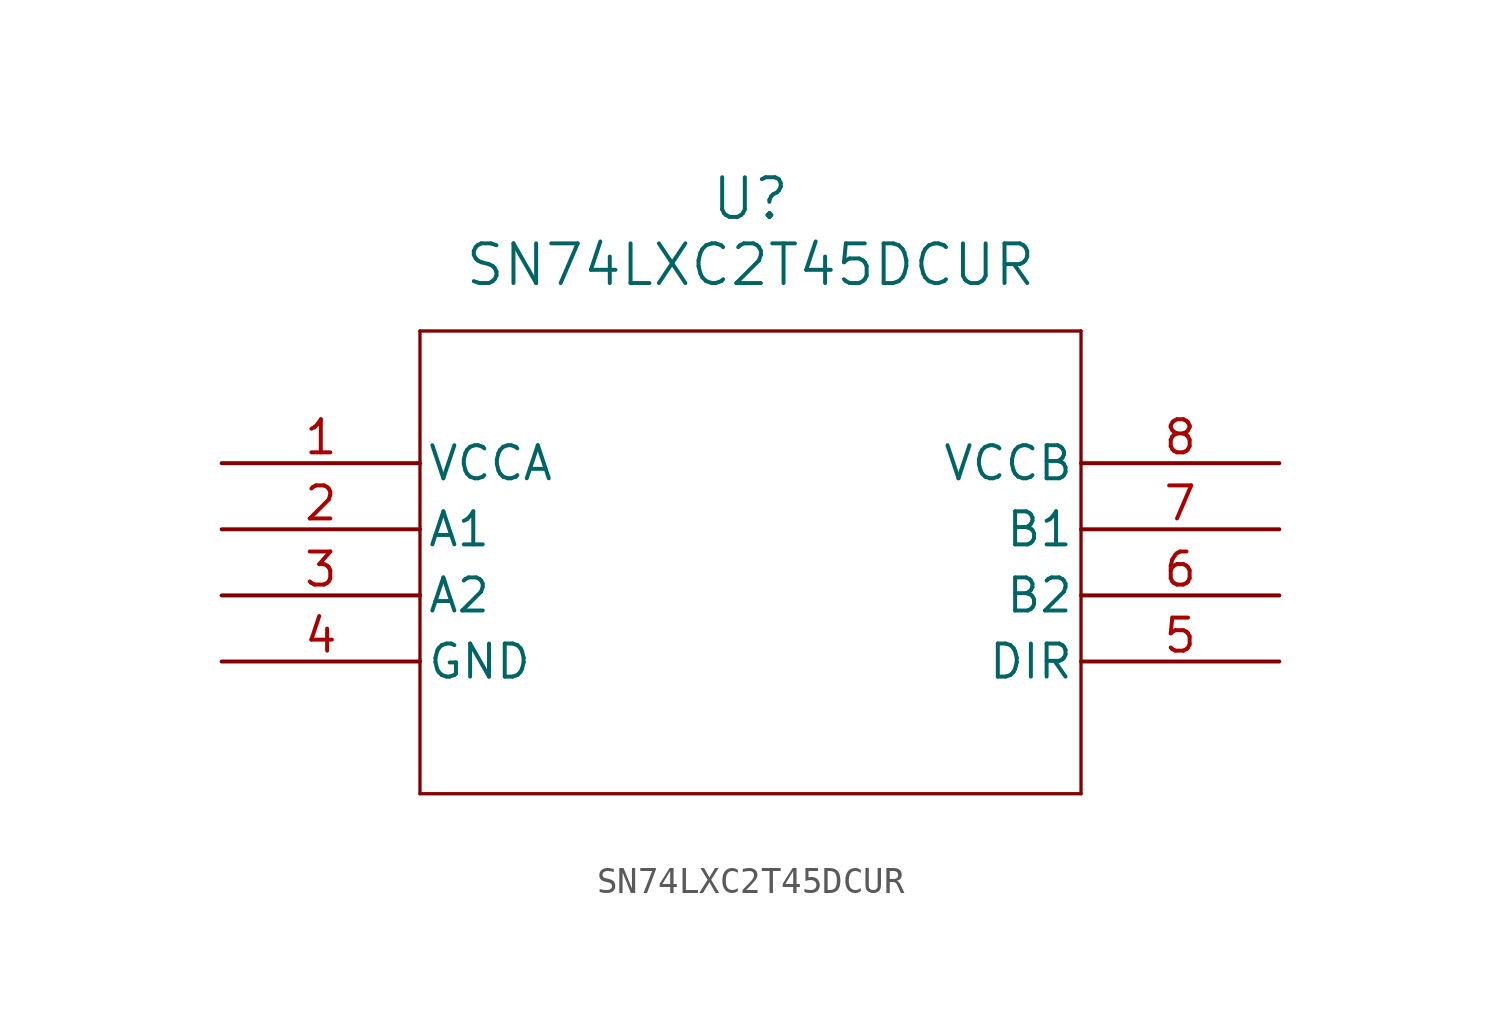
<source format=kicad_sym>
(kicad_symbol_lib
  (version 20220914)
  (generator kicad_symbol_editor)
  (symbol "SN74LXC2T45DCUR"
    (pin_names
      (offset 0.254))
    (property "Reference" "U"
      (at 20.32 10.16 0)
      (effects (font (size 1.524 1.524))))
    (property "Value" "SN74LXC2T45DCUR"
      (at 20.32 7.62 0)
      (effects (font (size 1.524 1.524))))
    (symbol "SN74LXC2T45DCUR_0_1"
      (polyline (pts (xy 7.62 -12.7) (xy 33.02 -12.7)) (stroke (width 0.127) (type default)) (fill (type none)))
      (polyline (pts (xy 7.62 5.08) (xy 7.62 -12.7)) (stroke (width 0.127) (type default)) (fill (type none)))
      (polyline (pts (xy 33.02 -12.7) (xy 33.02 5.08)) (stroke (width 0.127) (type default)) (fill (type none)))
      (polyline (pts (xy 33.02 5.08) (xy 7.62 5.08)) (stroke (width 0.127) (type default)) (fill (type none)))
      (pin power_in line (at 0 0 0) (length 7.62) (name "VCCA" (effects (font (size 1.27 1.27)))) (number "1" (effects (font (size 1.27 1.27)))))
      (pin bidirectional line (at 0 -2.54 0) (length 7.62) (name "A1" (effects (font (size 1.27 1.27)))) (number "2" (effects (font (size 1.27 1.27)))))
      (pin bidirectional line (at 0 -5.08 0) (length 7.62) (name "A2" (effects (font (size 1.27 1.27)))) (number "3" (effects (font (size 1.27 1.27)))))
      (pin input line (at 40.64 -7.62 180) (length 7.62) (name "DIR" (effects (font (size 1.27 1.27)))) (number "5" (effects (font (size 1.27 1.27)))))
      (pin bidirectional line (at 40.64 -5.08 180) (length 7.62) (name "B2" (effects (font (size 1.27 1.27)))) (number "6" (effects (font (size 1.27 1.27)))))
      (pin bidirectional line (at 40.64 -2.54 180) (length 7.62) (name "B1" (effects (font (size 1.27 1.27)))) (number "7" (effects (font (size 1.27 1.27)))))
      (pin power_in line (at 40.64 0 180) (length 7.62) (name "VCCB" (effects (font (size 1.27 1.27)))) (number "8" (effects (font (size 1.27 1.27))))))
    (symbol "SN74LXC2T45DCUR_1_1"
      (pin power_in line (at 0 -7.62 0) (length 7.62) (name "GND" (effects (font (size 1.27 1.27)))) (number "4" (effects (font (size 1.27 1.27))))))))
</source>
